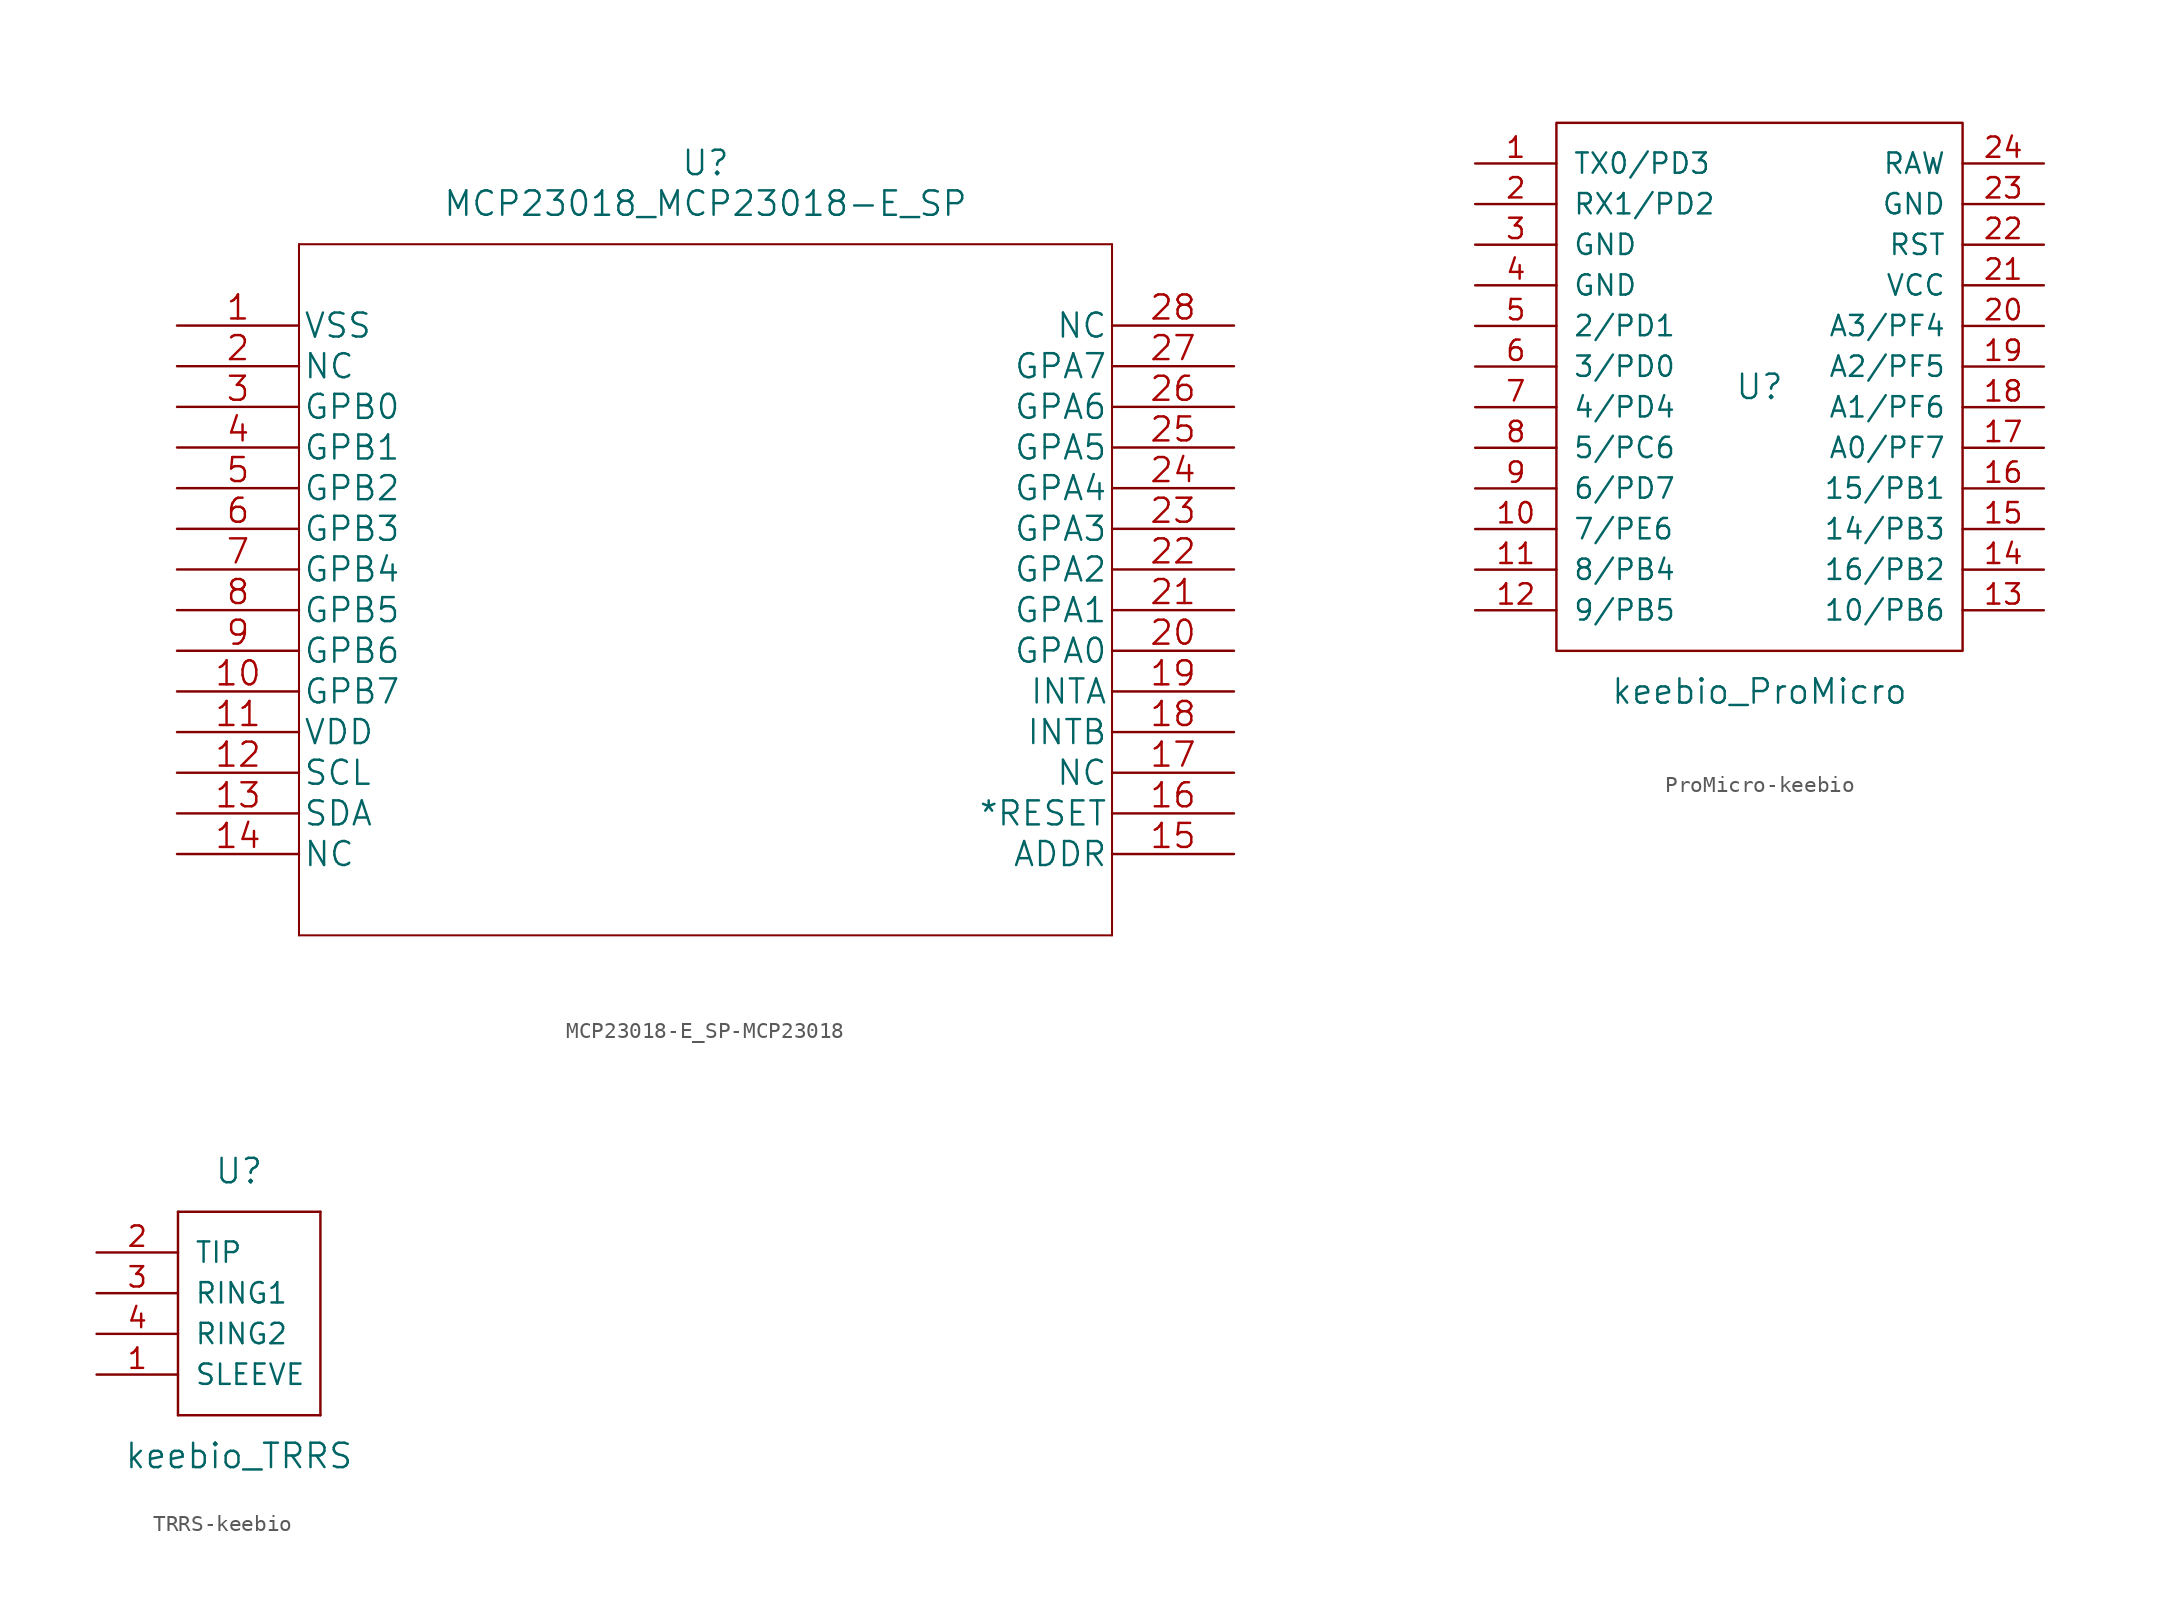
<source format=kicad_sym>
(kicad_symbol_lib
  (version 20220914)
  (generator kicad_symbol_editor)
  (symbol "MCP23018-E_SP-MCP23018"
    (pin_names
      (offset 0.254))
    (property "Reference" "U"
      (at 33.02 10.16 0)
      (effects (font (size 1.524 1.524))))
    (property "Value" "MCP23018_MCP23018-E_SP"
      (at 33.02 7.62 0)
      (effects (font (size 1.524 1.524))))
    (property "Datasheet" ""
      (at 0 0 0)
      (effects (font (size 1.524 1.524))))
    (property "ki_locked" ""
      (at 0 0 0)
      (effects (font (size 1.27 1.27))))
    (symbol "MCP23018-E_SP-MCP23018_1_1"
      (polyline (pts (xy 7.62 -38.1) (xy 58.42 -38.1)) (stroke (width 0.127) (type solid)) (fill (type none)))
      (polyline (pts (xy 7.62 5.08) (xy 7.62 -38.1)) (stroke (width 0.127) (type solid)) (fill (type none)))
      (polyline (pts (xy 58.42 -38.1) (xy 58.42 5.08)) (stroke (width 0.127) (type solid)) (fill (type none)))
      (polyline (pts (xy 58.42 5.08) (xy 7.62 5.08)) (stroke (width 0.127) (type solid)) (fill (type none)))
      (pin unspecified line (at 0 0 0) (length 7.62) (name "VSS" (effects (font (size 1.499 1.499)))) (number "1" (effects (font (size 1.499 1.499)))))
      (pin unspecified line (at 0 -22.86 0) (length 7.62) (name "GPB7" (effects (font (size 1.499 1.499)))) (number "10" (effects (font (size 1.499 1.499)))))
      (pin unspecified line (at 0 -25.4 0) (length 7.62) (name "VDD" (effects (font (size 1.499 1.499)))) (number "11" (effects (font (size 1.499 1.499)))))
      (pin unspecified line (at 0 -27.94 0) (length 7.62) (name "SCL" (effects (font (size 1.499 1.499)))) (number "12" (effects (font (size 1.499 1.499)))))
      (pin unspecified line (at 0 -30.48 0) (length 7.62) (name "SDA" (effects (font (size 1.499 1.499)))) (number "13" (effects (font (size 1.499 1.499)))))
      (pin unspecified line (at 0 -33.02 0) (length 7.62) (name "NC" (effects (font (size 1.499 1.499)))) (number "14" (effects (font (size 1.499 1.499)))))
      (pin unspecified line (at 66.04 -33.02 180) (length 7.62) (name "ADDR" (effects (font (size 1.499 1.499)))) (number "15" (effects (font (size 1.499 1.499)))))
      (pin unspecified line (at 66.04 -30.48 180) (length 7.62) (name "*RESET" (effects (font (size 1.499 1.499)))) (number "16" (effects (font (size 1.499 1.499)))))
      (pin unspecified line (at 66.04 -27.94 180) (length 7.62) (name "NC" (effects (font (size 1.499 1.499)))) (number "17" (effects (font (size 1.499 1.499)))))
      (pin unspecified line (at 66.04 -25.4 180) (length 7.62) (name "INTB" (effects (font (size 1.499 1.499)))) (number "18" (effects (font (size 1.499 1.499)))))
      (pin unspecified line (at 66.04 -22.86 180) (length 7.62) (name "INTA" (effects (font (size 1.499 1.499)))) (number "19" (effects (font (size 1.499 1.499)))))
      (pin unspecified line (at 0 -2.54 0) (length 7.62) (name "NC" (effects (font (size 1.499 1.499)))) (number "2" (effects (font (size 1.499 1.499)))))
      (pin unspecified line (at 66.04 -20.32 180) (length 7.62) (name "GPA0" (effects (font (size 1.499 1.499)))) (number "20" (effects (font (size 1.499 1.499)))))
      (pin unspecified line (at 66.04 -17.78 180) (length 7.62) (name "GPA1" (effects (font (size 1.499 1.499)))) (number "21" (effects (font (size 1.499 1.499)))))
      (pin unspecified line (at 66.04 -15.24 180) (length 7.62) (name "GPA2" (effects (font (size 1.499 1.499)))) (number "22" (effects (font (size 1.499 1.499)))))
      (pin unspecified line (at 66.04 -12.7 180) (length 7.62) (name "GPA3" (effects (font (size 1.499 1.499)))) (number "23" (effects (font (size 1.499 1.499)))))
      (pin unspecified line (at 66.04 -10.16 180) (length 7.62) (name "GPA4" (effects (font (size 1.499 1.499)))) (number "24" (effects (font (size 1.499 1.499)))))
      (pin unspecified line (at 66.04 -7.62 180) (length 7.62) (name "GPA5" (effects (font (size 1.499 1.499)))) (number "25" (effects (font (size 1.499 1.499)))))
      (pin unspecified line (at 66.04 -5.08 180) (length 7.62) (name "GPA6" (effects (font (size 1.499 1.499)))) (number "26" (effects (font (size 1.499 1.499)))))
      (pin unspecified line (at 66.04 -2.54 180) (length 7.62) (name "GPA7" (effects (font (size 1.499 1.499)))) (number "27" (effects (font (size 1.499 1.499)))))
      (pin unspecified line (at 66.04 0 180) (length 7.62) (name "NC" (effects (font (size 1.499 1.499)))) (number "28" (effects (font (size 1.499 1.499)))))
      (pin unspecified line (at 0 -5.08 0) (length 7.62) (name "GPB0" (effects (font (size 1.499 1.499)))) (number "3" (effects (font (size 1.499 1.499)))))
      (pin unspecified line (at 0 -7.62 0) (length 7.62) (name "GPB1" (effects (font (size 1.499 1.499)))) (number "4" (effects (font (size 1.499 1.499)))))
      (pin unspecified line (at 0 -10.16 0) (length 7.62) (name "GPB2" (effects (font (size 1.499 1.499)))) (number "5" (effects (font (size 1.499 1.499)))))
      (pin unspecified line (at 0 -12.7 0) (length 7.62) (name "GPB3" (effects (font (size 1.499 1.499)))) (number "6" (effects (font (size 1.499 1.499)))))
      (pin unspecified line (at 0 -15.24 0) (length 7.62) (name "GPB4" (effects (font (size 1.499 1.499)))) (number "7" (effects (font (size 1.499 1.499)))))
      (pin unspecified line (at 0 -17.78 0) (length 7.62) (name "GPB5" (effects (font (size 1.499 1.499)))) (number "8" (effects (font (size 1.499 1.499)))))
      (pin unspecified line (at 0 -20.32 0) (length 7.62) (name "GPB6" (effects (font (size 1.499 1.499)))) (number "9" (effects (font (size 1.499 1.499)))))))
  (symbol "ProMicro-keebio"
    (pin_names
      (offset 1.016))
    (property "Reference" "U"
      (at 0 0 0)
      (effects (font (size 1.524 1.524))))
    (property "Value" "keebio_ProMicro"
      (at 0 -19.05 0)
      (effects (font (size 1.524 1.524))))
    (symbol "ProMicro-keebio_0_1"
      (rectangle (start -12.7 -16.51) (end 12.7 16.51) (stroke (width 0) (type solid)) (fill (type none))))
    (symbol "ProMicro-keebio_1_1"
      (pin input line (at -17.78 13.97 0) (length 5.08) (name "TX0/PD3" (effects (font (size 1.27 1.27)))) (number "1" (effects (font (size 1.27 1.27)))))
      (pin input line (at -17.78 -8.89 0) (length 5.08) (name "7/PE6" (effects (font (size 1.27 1.27)))) (number "10" (effects (font (size 1.27 1.27)))))
      (pin input line (at -17.78 -11.43 0) (length 5.08) (name "8/PB4" (effects (font (size 1.27 1.27)))) (number "11" (effects (font (size 1.27 1.27)))))
      (pin input line (at -17.78 -13.97 0) (length 5.08) (name "9/PB5" (effects (font (size 1.27 1.27)))) (number "12" (effects (font (size 1.27 1.27)))))
      (pin input line (at 17.78 -13.97 180) (length 5.08) (name "10/PB6" (effects (font (size 1.27 1.27)))) (number "13" (effects (font (size 1.27 1.27)))))
      (pin input line (at 17.78 -11.43 180) (length 5.08) (name "16/PB2" (effects (font (size 1.27 1.27)))) (number "14" (effects (font (size 1.27 1.27)))))
      (pin input line (at 17.78 -8.89 180) (length 5.08) (name "14/PB3" (effects (font (size 1.27 1.27)))) (number "15" (effects (font (size 1.27 1.27)))))
      (pin input line (at 17.78 -6.35 180) (length 5.08) (name "15/PB1" (effects (font (size 1.27 1.27)))) (number "16" (effects (font (size 1.27 1.27)))))
      (pin input line (at 17.78 -3.81 180) (length 5.08) (name "A0/PF7" (effects (font (size 1.27 1.27)))) (number "17" (effects (font (size 1.27 1.27)))))
      (pin input line (at 17.78 -1.27 180) (length 5.08) (name "A1/PF6" (effects (font (size 1.27 1.27)))) (number "18" (effects (font (size 1.27 1.27)))))
      (pin input line (at 17.78 1.27 180) (length 5.08) (name "A2/PF5" (effects (font (size 1.27 1.27)))) (number "19" (effects (font (size 1.27 1.27)))))
      (pin input line (at -17.78 11.43 0) (length 5.08) (name "RX1/PD2" (effects (font (size 1.27 1.27)))) (number "2" (effects (font (size 1.27 1.27)))))
      (pin input line (at 17.78 3.81 180) (length 5.08) (name "A3/PF4" (effects (font (size 1.27 1.27)))) (number "20" (effects (font (size 1.27 1.27)))))
      (pin input line (at 17.78 6.35 180) (length 5.08) (name "VCC" (effects (font (size 1.27 1.27)))) (number "21" (effects (font (size 1.27 1.27)))))
      (pin input line (at 17.78 8.89 180) (length 5.08) (name "RST" (effects (font (size 1.27 1.27)))) (number "22" (effects (font (size 1.27 1.27)))))
      (pin input line (at 17.78 11.43 180) (length 5.08) (name "GND" (effects (font (size 1.27 1.27)))) (number "23" (effects (font (size 1.27 1.27)))))
      (pin input line (at 17.78 13.97 180) (length 5.08) (name "RAW" (effects (font (size 1.27 1.27)))) (number "24" (effects (font (size 1.27 1.27)))))
      (pin input line (at -17.78 8.89 0) (length 5.08) (name "GND" (effects (font (size 1.27 1.27)))) (number "3" (effects (font (size 1.27 1.27)))))
      (pin input line (at -17.78 6.35 0) (length 5.08) (name "GND" (effects (font (size 1.27 1.27)))) (number "4" (effects (font (size 1.27 1.27)))))
      (pin input line (at -17.78 3.81 0) (length 5.08) (name "2/PD1" (effects (font (size 1.27 1.27)))) (number "5" (effects (font (size 1.27 1.27)))))
      (pin input line (at -17.78 1.27 0) (length 5.08) (name "3/PD0" (effects (font (size 1.27 1.27)))) (number "6" (effects (font (size 1.27 1.27)))))
      (pin input line (at -17.78 -1.27 0) (length 5.08) (name "4/PD4" (effects (font (size 1.27 1.27)))) (number "7" (effects (font (size 1.27 1.27)))))
      (pin input line (at -17.78 -3.81 0) (length 5.08) (name "5/PC6" (effects (font (size 1.27 1.27)))) (number "8" (effects (font (size 1.27 1.27)))))
      (pin input line (at -17.78 -6.35 0) (length 5.08) (name "6/PD7" (effects (font (size 1.27 1.27)))) (number "9" (effects (font (size 1.27 1.27)))))))
  (symbol "TRRS-keebio"
    (pin_names
      (offset 1.016))
    (property "Reference" "U"
      (at 0 15.24 0)
      (effects (font (size 1.524 1.524))))
    (property "Value" "keebio_TRRS"
      (at 0 -2.54 0)
      (effects (font (size 1.524 1.524))))
    (symbol "TRRS-keebio_0_1"
      (rectangle (start -3.81 0) (end -3.81 12.7) (stroke (width 0) (type solid)) (fill (type none)))
      (rectangle (start -3.81 12.7) (end 5.08 12.7) (stroke (width 0) (type solid)) (fill (type none)))
      (rectangle (start 5.08 0) (end -3.81 0) (stroke (width 0) (type solid)) (fill (type none)))
      (rectangle (start 5.08 12.7) (end 5.08 0) (stroke (width 0) (type solid)) (fill (type none))))
    (symbol "TRRS-keebio_1_1"
      (pin input line (at -8.89 2.54 0) (length 5.08) (name "SLEEVE" (effects (font (size 1.27 1.27)))) (number "1" (effects (font (size 1.27 1.27)))))
      (pin input line (at -8.89 10.16 0) (length 5.08) (name "TIP" (effects (font (size 1.27 1.27)))) (number "2" (effects (font (size 1.27 1.27)))))
      (pin input line (at -8.89 7.62 0) (length 5.08) (name "RING1" (effects (font (size 1.27 1.27)))) (number "3" (effects (font (size 1.27 1.27)))))
      (pin input line (at -8.89 5.08 0) (length 5.08) (name "RING2" (effects (font (size 1.27 1.27)))) (number "4" (effects (font (size 1.27 1.27))))))))
</source>
